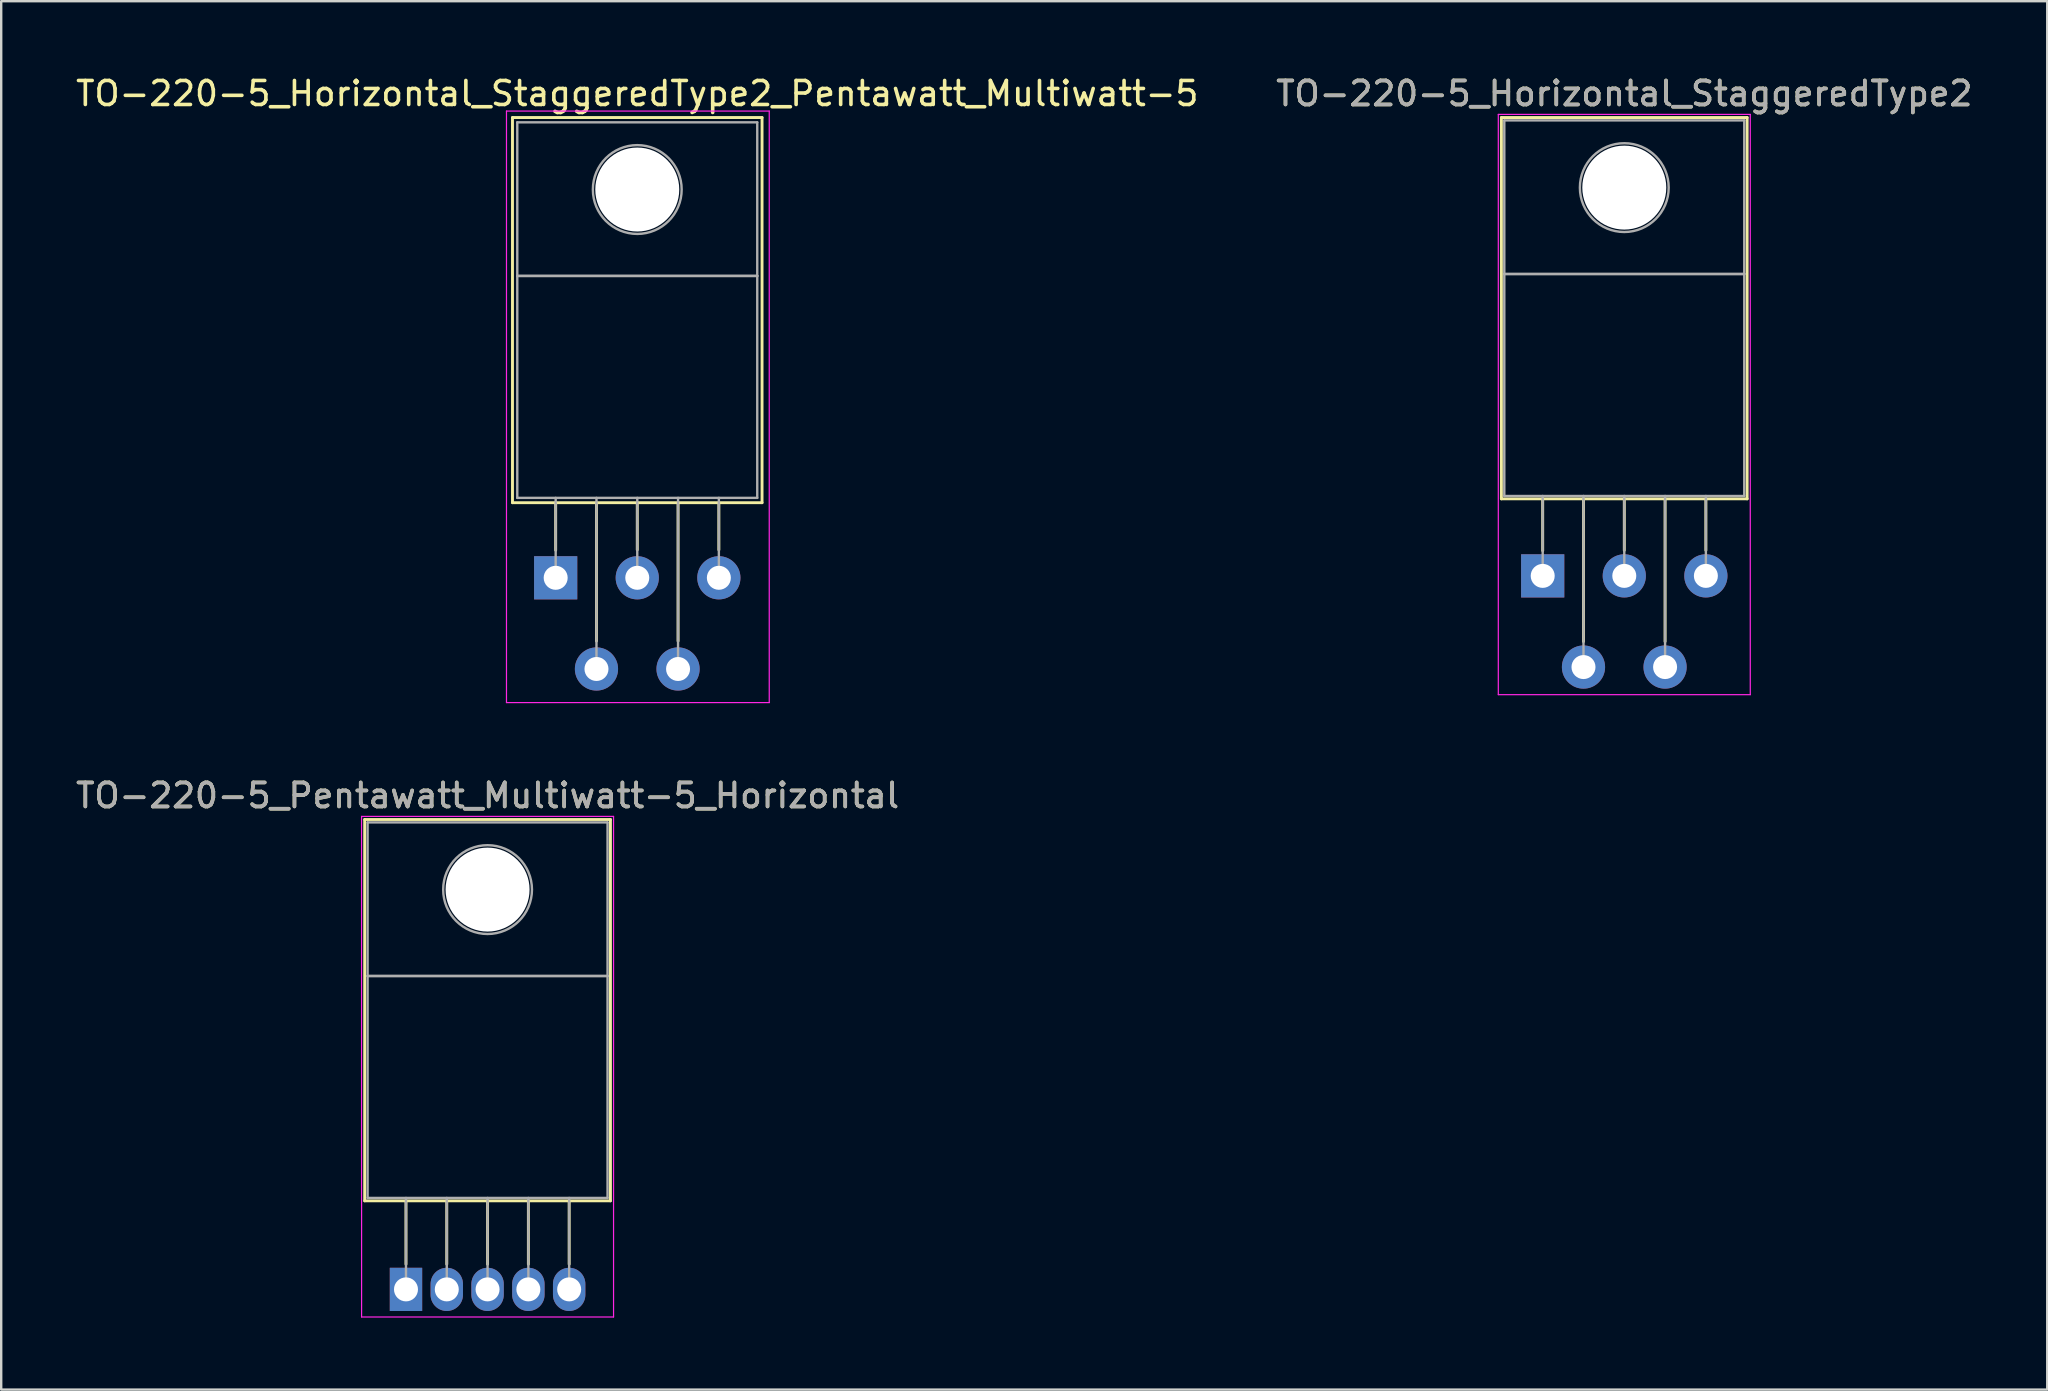
<source format=kicad_pcb>
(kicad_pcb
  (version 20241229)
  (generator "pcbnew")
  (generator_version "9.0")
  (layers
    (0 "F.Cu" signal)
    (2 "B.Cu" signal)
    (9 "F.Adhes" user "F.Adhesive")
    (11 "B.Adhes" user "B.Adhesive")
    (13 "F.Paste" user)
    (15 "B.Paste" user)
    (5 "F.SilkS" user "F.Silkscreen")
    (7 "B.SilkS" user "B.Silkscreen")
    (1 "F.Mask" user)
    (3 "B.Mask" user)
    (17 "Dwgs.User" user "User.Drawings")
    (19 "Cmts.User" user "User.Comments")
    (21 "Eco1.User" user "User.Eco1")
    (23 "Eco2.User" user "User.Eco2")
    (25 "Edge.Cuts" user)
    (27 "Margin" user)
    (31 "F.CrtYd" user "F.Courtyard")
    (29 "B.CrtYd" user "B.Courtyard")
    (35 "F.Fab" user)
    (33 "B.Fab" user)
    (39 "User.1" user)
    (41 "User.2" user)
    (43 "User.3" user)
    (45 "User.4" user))
  (footprint "TO-220-5_Horizontal_StaggeredType2_Pentawatt_Multiwatt-5"
    (layer "F.Cu")
    (at 20.106 21.028)
    (property "Reference" "TO-220-5_Horizontal_StaggeredType2_Pentawatt_Multiwatt-5" (at 3.4 -20.18 0) (layer "F.SilkS") (effects (font (size 1 1) (thickness 0.15))))
    (attr through_hole)
    (fp_line (start -1.8 -19.18) (end -1.8 -3.13) (stroke (width 0.12) (type solid)) (layer "F.SilkS"))
    (fp_line (start -1.8 -19.18) (end 8.6 -19.18) (stroke (width 0.12) (type solid)) (layer "F.SilkS"))
    (fp_line (start -1.8 -3.13) (end 8.6 -3.13) (stroke (width 0.12) (type solid)) (layer "F.SilkS"))
    (fp_line (start 0 -3.13) (end 0 -1.15) (stroke (width 0.12) (type solid)) (layer "F.SilkS"))
    (fp_line (start 1.7 -3.13) (end 1.7 2.635) (stroke (width 0.12) (type solid)) (layer "F.SilkS"))
    (fp_line (start 3.4 -3.13) (end 3.4 -1.165) (stroke (width 0.12) (type solid)) (layer "F.SilkS"))
    (fp_line (start 5.1 -3.13) (end 5.1 2.635) (stroke (width 0.12) (type solid)) (layer "F.SilkS"))
    (fp_line (start 6.8 -3.13) (end 6.8 -1.165) (stroke (width 0.12) (type solid)) (layer "F.SilkS"))
    (fp_line (start 8.6 -19.18) (end 8.6 -3.13) (stroke (width 0.12) (type solid)) (layer "F.SilkS"))
    (fp_line (start -2.05 -19.45) (end -2.05 5.2) (stroke (width 0.05) (type solid)) (layer "F.CrtYd"))
    (fp_line (start -2.05 5.2) (end 8.9 5.2) (stroke (width 0.05) (type solid)) (layer "F.CrtYd"))
    (fp_line (start 8.9 -19.45) (end -2.05 -19.45) (stroke (width 0.05) (type solid)) (layer "F.CrtYd"))
    (fp_line (start 8.9 5.2) (end 8.9 -19.45) (stroke (width 0.05) (type solid)) (layer "F.CrtYd"))
    (fp_line (start -1.6 -18.98) (end 8.4 -18.98) (stroke (width 0.1) (type solid)) (layer "F.Fab"))
    (fp_line (start -1.6 -12.58) (end -1.6 -18.98) (stroke (width 0.1) (type solid)) (layer "F.Fab"))
    (fp_line (start -1.6 -12.58) (end 8.4 -12.58) (stroke (width 0.1) (type solid)) (layer "F.Fab"))
    (fp_line (start -1.6 -3.33) (end -1.6 -12.58) (stroke (width 0.1) (type solid)) (layer "F.Fab"))
    (fp_line (start 0 -3.33) (end 0 0) (stroke (width 0.1) (type solid)) (layer "F.Fab"))
    (fp_line (start 1.7 -3.33) (end 1.7 3.8) (stroke (width 0.1) (type solid)) (layer "F.Fab"))
    (fp_line (start 3.4 -3.33) (end 3.4 0) (stroke (width 0.1) (type solid)) (layer "F.Fab"))
    (fp_line (start 5.1 -3.33) (end 5.1 3.8) (stroke (width 0.1) (type solid)) (layer "F.Fab"))
    (fp_line (start 6.8 -3.33) (end 6.8 0) (stroke (width 0.1) (type solid)) (layer "F.Fab"))
    (fp_line (start 8.4 -18.98) (end 8.4 -12.58) (stroke (width 0.1) (type solid)) (layer "F.Fab"))
    (fp_line (start 8.4 -12.58) (end -1.6 -12.58) (stroke (width 0.1) (type solid)) (layer "F.Fab"))
    (fp_line (start 8.4 -12.58) (end 8.4 -3.33) (stroke (width 0.1) (type solid)) (layer "F.Fab"))
    (fp_line (start 8.4 -3.33) (end -1.6 -3.33) (stroke (width 0.1) (type solid)) (layer "F.Fab"))
    (fp_circle (center 3.4 -16.18) (end 5.25 -16.18) (stroke (width 0.1) (type solid)) (fill no) (layer "F.Fab"))
    (pad "" np_thru_hole oval (at 3.4 -16.18) (size 3.5 3.5) (drill 3.5) (layers "*.Cu" "*.Mask"))
    (pad "1" thru_hole rect (at 0 0) (size 1.8 1.8) (drill 1) (layers "*.Cu" "*.Mask"))
    (pad "2" thru_hole oval (at 1.7 3.8) (size 1.8 1.8) (drill 1) (layers "*.Cu" "*.Mask"))
    (pad "3" thru_hole oval (at 3.4 0) (size 1.8 1.8) (drill 1) (layers "*.Cu" "*.Mask"))
    (pad "4" thru_hole oval (at 5.1 3.8) (size 1.8 1.8) (drill 1) (layers "*.Cu" "*.Mask"))
    (pad "5" thru_hole oval (at 6.8 0) (size 1.8 1.8) (drill 1) (layers "*.Cu" "*.Mask")))
  (footprint "TO-220-5_Horizontal_StaggeredType2"
    (layer "F.Cu")
    (at 61.237 20.948)
    (property "Reference" "TO-220-5_Horizontal_StaggeredType2" (at 3.4 -20.1 0) (layer "F.SilkS") (effects (font (size 1 1) (thickness 0.15))))
    (attr through_hole)
    (fp_line (start -1.721 -19.1) (end -1.721 -3.21) (stroke (width 0.12) (type solid)) (layer "F.SilkS"))
    (fp_line (start -1.721 -19.1) (end 8.52 -19.1) (stroke (width 0.12) (type solid)) (layer "F.SilkS"))
    (fp_line (start -1.721 -3.21) (end 8.52 -3.21) (stroke (width 0.12) (type solid)) (layer "F.SilkS"))
    (fp_line (start 0 -3.21) (end 0 -1.05) (stroke (width 0.12) (type solid)) (layer "F.SilkS"))
    (fp_line (start 1.7 -3.21) (end 1.7 2.735) (stroke (width 0.12) (type solid)) (layer "F.SilkS"))
    (fp_line (start 3.4 -3.21) (end 3.4 -1.066) (stroke (width 0.12) (type solid)) (layer "F.SilkS"))
    (fp_line (start 5.1 -3.21) (end 5.1 2.735) (stroke (width 0.12) (type solid)) (layer "F.SilkS"))
    (fp_line (start 6.8 -3.21) (end 6.8 -1.066) (stroke (width 0.12) (type solid)) (layer "F.SilkS"))
    (fp_line (start 8.52 -19.1) (end 8.52 -3.21) (stroke (width 0.12) (type solid)) (layer "F.SilkS"))
    (fp_line (start -1.85 -19.23) (end -1.85 4.95) (stroke (width 0.05) (type solid)) (layer "F.CrtYd"))
    (fp_line (start -1.85 4.95) (end 8.65 4.95) (stroke (width 0.05) (type solid)) (layer "F.CrtYd"))
    (fp_line (start 8.65 -19.23) (end -1.85 -19.23) (stroke (width 0.05) (type solid)) (layer "F.CrtYd"))
    (fp_line (start 8.65 4.95) (end 8.65 -19.23) (stroke (width 0.05) (type solid)) (layer "F.CrtYd"))
    (fp_line (start -1.6 -18.98) (end 8.4 -18.98) (stroke (width 0.1) (type solid)) (layer "F.Fab"))
    (fp_line (start -1.6 -12.58) (end -1.6 -18.98) (stroke (width 0.1) (type solid)) (layer "F.Fab"))
    (fp_line (start -1.6 -12.58) (end 8.4 -12.58) (stroke (width 0.1) (type solid)) (layer "F.Fab"))
    (fp_line (start -1.6 -3.33) (end -1.6 -12.58) (stroke (width 0.1) (type solid)) (layer "F.Fab"))
    (fp_line (start 0 -3.33) (end 0 0) (stroke (width 0.1) (type solid)) (layer "F.Fab"))
    (fp_line (start 1.7 -3.33) (end 1.7 3.8) (stroke (width 0.1) (type solid)) (layer "F.Fab"))
    (fp_line (start 3.4 -3.33) (end 3.4 0) (stroke (width 0.1) (type solid)) (layer "F.Fab"))
    (fp_line (start 5.1 -3.33) (end 5.1 3.8) (stroke (width 0.1) (type solid)) (layer "F.Fab"))
    (fp_line (start 6.8 -3.33) (end 6.8 0) (stroke (width 0.1) (type solid)) (layer "F.Fab"))
    (fp_line (start 8.4 -18.98) (end 8.4 -12.58) (stroke (width 0.1) (type solid)) (layer "F.Fab"))
    (fp_line (start 8.4 -12.58) (end -1.6 -12.58) (stroke (width 0.1) (type solid)) (layer "F.Fab"))
    (fp_line (start 8.4 -12.58) (end 8.4 -3.33) (stroke (width 0.1) (type solid)) (layer "F.Fab"))
    (fp_line (start 8.4 -3.33) (end -1.6 -3.33) (stroke (width 0.1) (type solid)) (layer "F.Fab"))
    (fp_circle (center 3.4 -16.18) (end 5.25 -16.18) (stroke (width 0.1) (type solid)) (fill no) (layer "F.Fab"))
    (fp_text user "${REFERENCE}" (at 3.4 -20.1 0) (layer "F.Fab") (effects (font (size 1 1) (thickness 0.15))))
    (pad "" np_thru_hole oval (at 3.4 -16.18) (size 3.5 3.5) (drill 3.5) (layers "*.Cu" "*.Mask"))
    (pad "1" thru_hole rect (at 0 0) (size 1.8 1.8) (drill 1) (layers "*.Cu" "*.Mask"))
    (pad "2" thru_hole oval (at 1.7 3.8) (size 1.8 1.8) (drill 1) (layers "*.Cu" "*.Mask"))
    (pad "3" thru_hole oval (at 3.4 0) (size 1.8 1.8) (drill 1) (layers "*.Cu" "*.Mask"))
    (pad "4" thru_hole oval (at 5.1 3.8) (size 1.8 1.8) (drill 1) (layers "*.Cu" "*.Mask"))
    (pad "5" thru_hole oval (at 6.8 0) (size 1.8 1.8) (drill 1) (layers "*.Cu" "*.Mask")))
  (footprint "TO-220-5_Pentawatt_Multiwatt-5_Horizontal"
    (layer "F.Cu")
    (at 13.868 50.681)
    (property "Reference" "TO-220-5_Pentawatt_Multiwatt-5_Horizontal" (at 3.4 -20.58 0) (layer "F.SilkS") (effects (font (size 1 1) (thickness 0.15))))
    (attr through_hole)
    (fp_line (start -1.721 -19.58) (end -1.721 -3.69) (stroke (width 0.12) (type solid)) (layer "F.SilkS"))
    (fp_line (start -1.721 -19.58) (end 8.52 -19.58) (stroke (width 0.12) (type solid)) (layer "F.SilkS"))
    (fp_line (start -1.721 -3.69) (end 8.52 -3.69) (stroke (width 0.12) (type solid)) (layer "F.SilkS"))
    (fp_line (start 0 -3.69) (end 0 -1.05) (stroke (width 0.12) (type solid)) (layer "F.SilkS"))
    (fp_line (start 1.7 -3.69) (end 1.7 -1.05) (stroke (width 0.12) (type solid)) (layer "F.SilkS"))
    (fp_line (start 3.4 -3.69) (end 3.4 -1.05) (stroke (width 0.12) (type solid)) (layer "F.SilkS"))
    (fp_line (start 5.1 -3.69) (end 5.1 -1.05) (stroke (width 0.12) (type solid)) (layer "F.SilkS"))
    (fp_line (start 6.8 -3.69) (end 6.8 -1.05) (stroke (width 0.12) (type solid)) (layer "F.SilkS"))
    (fp_line (start 8.52 -19.58) (end 8.52 -3.69) (stroke (width 0.12) (type solid)) (layer "F.SilkS"))
    (fp_line (start -1.85 -19.71) (end -1.85 1.15) (stroke (width 0.05) (type solid)) (layer "F.CrtYd"))
    (fp_line (start -1.85 1.15) (end 8.65 1.15) (stroke (width 0.05) (type solid)) (layer "F.CrtYd"))
    (fp_line (start 8.65 -19.71) (end -1.85 -19.71) (stroke (width 0.05) (type solid)) (layer "F.CrtYd"))
    (fp_line (start 8.65 1.15) (end 8.65 -19.71) (stroke (width 0.05) (type solid)) (layer "F.CrtYd"))
    (fp_line (start -1.6 -19.46) (end 8.4 -19.46) (stroke (width 0.1) (type solid)) (layer "F.Fab"))
    (fp_line (start -1.6 -13.06) (end -1.6 -19.46) (stroke (width 0.1) (type solid)) (layer "F.Fab"))
    (fp_line (start -1.6 -13.06) (end 8.4 -13.06) (stroke (width 0.1) (type solid)) (layer "F.Fab"))
    (fp_line (start -1.6 -3.81) (end -1.6 -13.06) (stroke (width 0.1) (type solid)) (layer "F.Fab"))
    (fp_line (start 0 -3.81) (end 0 0) (stroke (width 0.1) (type solid)) (layer "F.Fab"))
    (fp_line (start 1.7 -3.81) (end 1.7 0) (stroke (width 0.1) (type solid)) (layer "F.Fab"))
    (fp_line (start 3.4 -3.81) (end 3.4 0) (stroke (width 0.1) (type solid)) (layer "F.Fab"))
    (fp_line (start 5.1 -3.81) (end 5.1 0) (stroke (width 0.1) (type solid)) (layer "F.Fab"))
    (fp_line (start 6.8 -3.81) (end 6.8 0) (stroke (width 0.1) (type solid)) (layer "F.Fab"))
    (fp_line (start 8.4 -19.46) (end 8.4 -13.06) (stroke (width 0.1) (type solid)) (layer "F.Fab"))
    (fp_line (start 8.4 -13.06) (end -1.6 -13.06) (stroke (width 0.1) (type solid)) (layer "F.Fab"))
    (fp_line (start 8.4 -13.06) (end 8.4 -3.81) (stroke (width 0.1) (type solid)) (layer "F.Fab"))
    (fp_line (start 8.4 -3.81) (end -1.6 -3.81) (stroke (width 0.1) (type solid)) (layer "F.Fab"))
    (fp_circle (center 3.4 -16.66) (end 5.25 -16.66) (stroke (width 0.1) (type solid)) (fill no) (layer "F.Fab"))
    (fp_text user "${REFERENCE}" (at 3.4 -20.58 0) (layer "F.Fab") (effects (font (size 1 1) (thickness 0.15))))
    (pad "" np_thru_hole oval (at 3.4 -16.66) (size 3.5 3.5) (drill 3.5) (layers "*.Cu" "*.Mask"))
    (pad "1" thru_hole rect (at 0 0) (size 1.35 1.8) (drill 1) (layers "*.Cu" "*.Mask"))
    (pad "2" thru_hole oval (at 1.7 0) (size 1.35 1.8) (drill 1) (layers "*.Cu" "*.Mask"))
    (pad "3" thru_hole oval (at 3.4 0) (size 1.35 1.8) (drill 1) (layers "*.Cu" "*.Mask"))
    (pad "4" thru_hole oval (at 5.1 0) (size 1.35 1.8) (drill 1) (layers "*.Cu" "*.Mask"))
    (pad "5" thru_hole oval (at 6.8 0) (size 1.35 1.8) (drill 1) (layers "*.Cu" "*.Mask")))
  (gr_rect
    (start -3 -3)
    (end 82.262 54.856)
    (stroke (width 0.1) (type default))
    (fill no)
    (layer "Edge.Cuts")))
</source>
